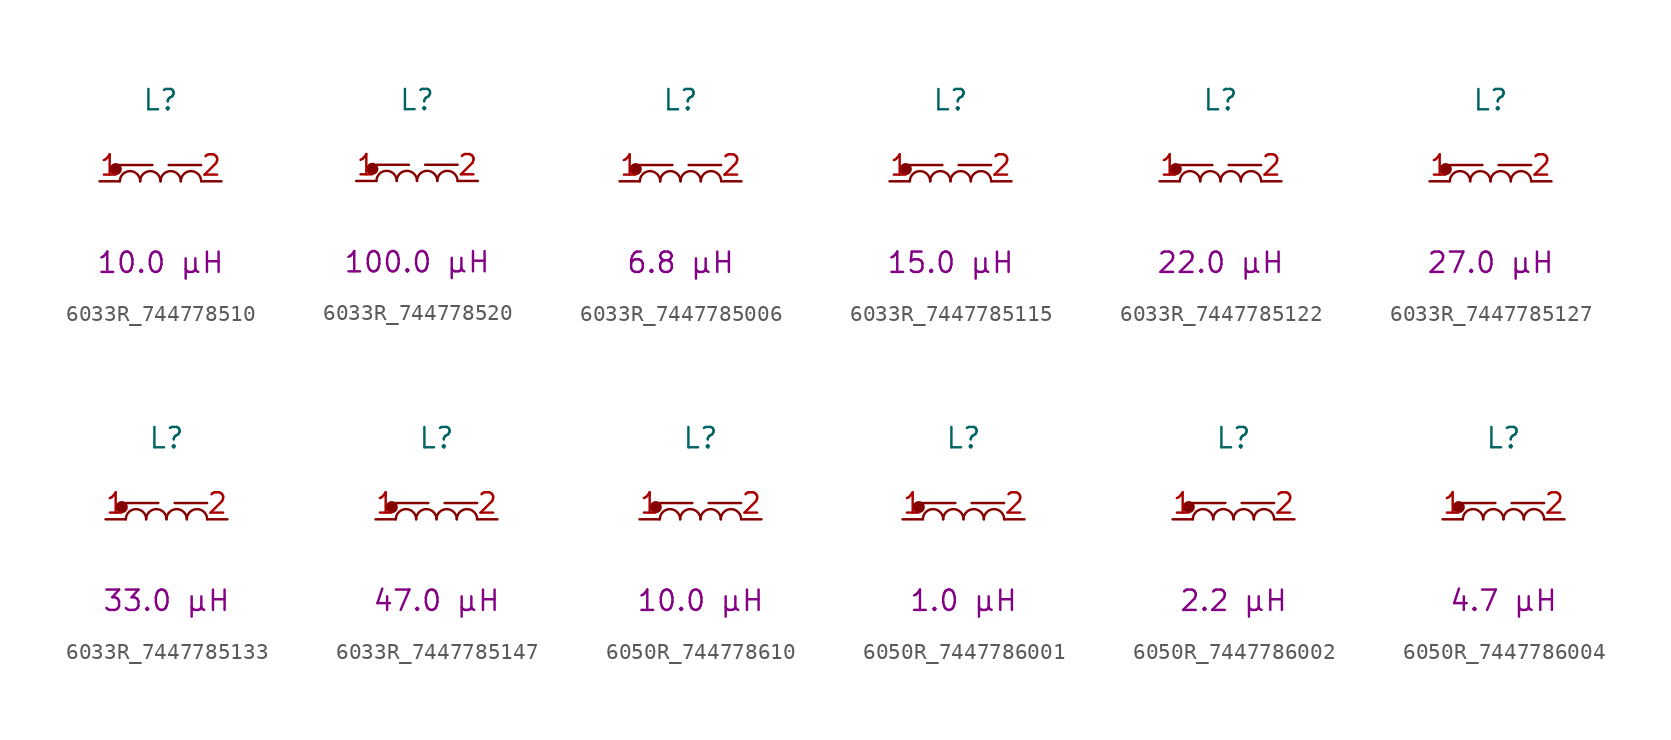
<source format=kicad_sym>
(kicad_symbol_lib
  (version 20220914)
  (generator kicad_symbol_editor)
  (symbol "6033R_744778510"
    (pin_names hide)
    (property "Reference" "L"
      (at 0 5.08 0)
      (effects (font (size 1.27 1.27))))
    (property "Critical Parameter" "10.0 µH"
      (at 0 -5.08 0)
      (effects (font (size 1.27 1.27))))
    (symbol "6033R_744778510_0_1"
      (arc (start -1.27 0) (mid -1.905 0.6323) (end -2.54 0) (stroke (width 0) (type default)) (fill (type none)))
      (arc (start 0 0) (mid -0.635 0.6323) (end -1.27 0) (stroke (width 0) (type default)) (fill (type none)))
      (polyline (pts (xy -2.54 1.016) (xy -0.508 1.016)) (stroke (width 0) (type default)) (fill (type none)))
      (arc (start 1.27 0) (mid 0.635 0.6323) (end 0 0) (stroke (width 0) (type default)) (fill (type none)))
      (arc (start 2.54 0) (mid 1.905 0.6323) (end 1.27 0) (stroke (width 0) (type default)) (fill (type none))))
    (symbol "6033R_744778510_1_1"
      (circle (center -2.794 0.762) (radius 0.0001) (stroke (width 0.381) (type default)) (fill (type none)))
      (polyline (pts (xy 2.54 1.016) (xy 0.508 1.016)) (stroke (width 0) (type default)) (fill (type none)))
      (pin passive line (at -3.81 0 0) (length 1.27) (name "1" (effects (font (size 1.27 1.27)))) (number "1" (effects (font (size 1.27 1.27)))))
      (pin passive line (at 3.81 0 180) (length 1.27) (name "2" (effects (font (size 1.27 1.27)))) (number "2" (effects (font (size 1.27 1.27)))))))
  (symbol "6033R_744778520"
    (pin_names hide)
    (property "Reference" "L"
      (at 0 5.08 0)
      (effects (font (size 1.27 1.27))))
    (property "Critical Parameter" "100.0 µH"
      (at 0 -5.08 0)
      (effects (font (size 1.27 1.27))))
    (symbol "6033R_744778520_0_1"
      (arc (start -1.27 0) (mid -1.905 0.6323) (end -2.54 0) (stroke (width 0) (type default)) (fill (type none)))
      (arc (start 0 0) (mid -0.635 0.6323) (end -1.27 0) (stroke (width 0) (type default)) (fill (type none)))
      (polyline (pts (xy -2.54 1.016) (xy -0.508 1.016)) (stroke (width 0) (type default)) (fill (type none)))
      (arc (start 1.27 0) (mid 0.635 0.6323) (end 0 0) (stroke (width 0) (type default)) (fill (type none)))
      (arc (start 2.54 0) (mid 1.905 0.6323) (end 1.27 0) (stroke (width 0) (type default)) (fill (type none))))
    (symbol "6033R_744778520_1_1"
      (circle (center -2.794 0.762) (radius 0.0001) (stroke (width 0.381) (type default)) (fill (type none)))
      (polyline (pts (xy 2.54 1.016) (xy 0.508 1.016)) (stroke (width 0) (type default)) (fill (type none)))
      (pin passive line (at -3.81 0 0) (length 1.27) (name "1" (effects (font (size 1.27 1.27)))) (number "1" (effects (font (size 1.27 1.27)))))
      (pin passive line (at 3.81 0 180) (length 1.27) (name "2" (effects (font (size 1.27 1.27)))) (number "2" (effects (font (size 1.27 1.27)))))))
  (symbol "6033R_7447785006"
    (pin_names hide)
    (property "Reference" "L"
      (at 0 5.08 0)
      (effects (font (size 1.27 1.27))))
    (property "Critical Parameter" "6.8 µH"
      (at 0 -5.08 0)
      (effects (font (size 1.27 1.27))))
    (symbol "6033R_7447785006_0_1"
      (arc (start -1.27 0) (mid -1.905 0.6323) (end -2.54 0) (stroke (width 0) (type default)) (fill (type none)))
      (arc (start 0 0) (mid -0.635 0.6323) (end -1.27 0) (stroke (width 0) (type default)) (fill (type none)))
      (polyline (pts (xy -2.54 1.016) (xy -0.508 1.016)) (stroke (width 0) (type default)) (fill (type none)))
      (arc (start 1.27 0) (mid 0.635 0.6323) (end 0 0) (stroke (width 0) (type default)) (fill (type none)))
      (arc (start 2.54 0) (mid 1.905 0.6323) (end 1.27 0) (stroke (width 0) (type default)) (fill (type none))))
    (symbol "6033R_7447785006_1_1"
      (circle (center -2.794 0.762) (radius 0.0001) (stroke (width 0.381) (type default)) (fill (type none)))
      (polyline (pts (xy 2.54 1.016) (xy 0.508 1.016)) (stroke (width 0) (type default)) (fill (type none)))
      (pin passive line (at -3.81 0 0) (length 1.27) (name "1" (effects (font (size 1.27 1.27)))) (number "1" (effects (font (size 1.27 1.27)))))
      (pin passive line (at 3.81 0 180) (length 1.27) (name "2" (effects (font (size 1.27 1.27)))) (number "2" (effects (font (size 1.27 1.27)))))))
  (symbol "6033R_7447785115"
    (pin_names hide)
    (property "Reference" "L"
      (at 0 5.08 0)
      (effects (font (size 1.27 1.27))))
    (property "Critical Parameter" "15.0 µH"
      (at 0 -5.08 0)
      (effects (font (size 1.27 1.27))))
    (symbol "6033R_7447785115_0_1"
      (arc (start -1.27 0) (mid -1.905 0.6323) (end -2.54 0) (stroke (width 0) (type default)) (fill (type none)))
      (arc (start 0 0) (mid -0.635 0.6323) (end -1.27 0) (stroke (width 0) (type default)) (fill (type none)))
      (polyline (pts (xy -2.54 1.016) (xy -0.508 1.016)) (stroke (width 0) (type default)) (fill (type none)))
      (arc (start 1.27 0) (mid 0.635 0.6323) (end 0 0) (stroke (width 0) (type default)) (fill (type none)))
      (arc (start 2.54 0) (mid 1.905 0.6323) (end 1.27 0) (stroke (width 0) (type default)) (fill (type none))))
    (symbol "6033R_7447785115_1_1"
      (circle (center -2.794 0.762) (radius 0.0001) (stroke (width 0.381) (type default)) (fill (type none)))
      (polyline (pts (xy 2.54 1.016) (xy 0.508 1.016)) (stroke (width 0) (type default)) (fill (type none)))
      (pin passive line (at -3.81 0 0) (length 1.27) (name "1" (effects (font (size 1.27 1.27)))) (number "1" (effects (font (size 1.27 1.27)))))
      (pin passive line (at 3.81 0 180) (length 1.27) (name "2" (effects (font (size 1.27 1.27)))) (number "2" (effects (font (size 1.27 1.27)))))))
  (symbol "6033R_7447785122"
    (pin_names hide)
    (property "Reference" "L"
      (at 0 5.08 0)
      (effects (font (size 1.27 1.27))))
    (property "Critical Parameter" "22.0 µH"
      (at 0 -5.08 0)
      (effects (font (size 1.27 1.27))))
    (symbol "6033R_7447785122_0_1"
      (arc (start -1.27 0) (mid -1.905 0.6323) (end -2.54 0) (stroke (width 0) (type default)) (fill (type none)))
      (arc (start 0 0) (mid -0.635 0.6323) (end -1.27 0) (stroke (width 0) (type default)) (fill (type none)))
      (polyline (pts (xy -2.54 1.016) (xy -0.508 1.016)) (stroke (width 0) (type default)) (fill (type none)))
      (arc (start 1.27 0) (mid 0.635 0.6323) (end 0 0) (stroke (width 0) (type default)) (fill (type none)))
      (arc (start 2.54 0) (mid 1.905 0.6323) (end 1.27 0) (stroke (width 0) (type default)) (fill (type none))))
    (symbol "6033R_7447785122_1_1"
      (circle (center -2.794 0.762) (radius 0.0001) (stroke (width 0.381) (type default)) (fill (type none)))
      (polyline (pts (xy 2.54 1.016) (xy 0.508 1.016)) (stroke (width 0) (type default)) (fill (type none)))
      (pin passive line (at -3.81 0 0) (length 1.27) (name "1" (effects (font (size 1.27 1.27)))) (number "1" (effects (font (size 1.27 1.27)))))
      (pin passive line (at 3.81 0 180) (length 1.27) (name "2" (effects (font (size 1.27 1.27)))) (number "2" (effects (font (size 1.27 1.27)))))))
  (symbol "6033R_7447785127"
    (pin_names hide)
    (property "Reference" "L"
      (at 0 5.08 0)
      (effects (font (size 1.27 1.27))))
    (property "Critical Parameter" "27.0 µH"
      (at 0 -5.08 0)
      (effects (font (size 1.27 1.27))))
    (symbol "6033R_7447785127_0_1"
      (arc (start -1.27 0) (mid -1.905 0.6323) (end -2.54 0) (stroke (width 0) (type default)) (fill (type none)))
      (arc (start 0 0) (mid -0.635 0.6323) (end -1.27 0) (stroke (width 0) (type default)) (fill (type none)))
      (polyline (pts (xy -2.54 1.016) (xy -0.508 1.016)) (stroke (width 0) (type default)) (fill (type none)))
      (arc (start 1.27 0) (mid 0.635 0.6323) (end 0 0) (stroke (width 0) (type default)) (fill (type none)))
      (arc (start 2.54 0) (mid 1.905 0.6323) (end 1.27 0) (stroke (width 0) (type default)) (fill (type none))))
    (symbol "6033R_7447785127_1_1"
      (circle (center -2.794 0.762) (radius 0.0001) (stroke (width 0.381) (type default)) (fill (type none)))
      (polyline (pts (xy 2.54 1.016) (xy 0.508 1.016)) (stroke (width 0) (type default)) (fill (type none)))
      (pin passive line (at -3.81 0 0) (length 1.27) (name "1" (effects (font (size 1.27 1.27)))) (number "1" (effects (font (size 1.27 1.27)))))
      (pin passive line (at 3.81 0 180) (length 1.27) (name "2" (effects (font (size 1.27 1.27)))) (number "2" (effects (font (size 1.27 1.27)))))))
  (symbol "6033R_7447785133"
    (pin_names hide)
    (property "Reference" "L"
      (at 0 5.08 0)
      (effects (font (size 1.27 1.27))))
    (property "Critical Parameter" "33.0 µH"
      (at 0 -5.08 0)
      (effects (font (size 1.27 1.27))))
    (symbol "6033R_7447785133_0_1"
      (arc (start -1.27 0) (mid -1.905 0.6323) (end -2.54 0) (stroke (width 0) (type default)) (fill (type none)))
      (arc (start 0 0) (mid -0.635 0.6323) (end -1.27 0) (stroke (width 0) (type default)) (fill (type none)))
      (polyline (pts (xy -2.54 1.016) (xy -0.508 1.016)) (stroke (width 0) (type default)) (fill (type none)))
      (arc (start 1.27 0) (mid 0.635 0.6323) (end 0 0) (stroke (width 0) (type default)) (fill (type none)))
      (arc (start 2.54 0) (mid 1.905 0.6323) (end 1.27 0) (stroke (width 0) (type default)) (fill (type none))))
    (symbol "6033R_7447785133_1_1"
      (circle (center -2.794 0.762) (radius 0.0001) (stroke (width 0.381) (type default)) (fill (type none)))
      (polyline (pts (xy 2.54 1.016) (xy 0.508 1.016)) (stroke (width 0) (type default)) (fill (type none)))
      (pin passive line (at -3.81 0 0) (length 1.27) (name "1" (effects (font (size 1.27 1.27)))) (number "1" (effects (font (size 1.27 1.27)))))
      (pin passive line (at 3.81 0 180) (length 1.27) (name "2" (effects (font (size 1.27 1.27)))) (number "2" (effects (font (size 1.27 1.27)))))))
  (symbol "6033R_7447785147"
    (pin_names hide)
    (property "Reference" "L"
      (at 0 5.08 0)
      (effects (font (size 1.27 1.27))))
    (property "Critical Parameter" "47.0 µH"
      (at 0 -5.08 0)
      (effects (font (size 1.27 1.27))))
    (symbol "6033R_7447785147_0_1"
      (arc (start -1.27 0) (mid -1.905 0.6323) (end -2.54 0) (stroke (width 0) (type default)) (fill (type none)))
      (arc (start 0 0) (mid -0.635 0.6323) (end -1.27 0) (stroke (width 0) (type default)) (fill (type none)))
      (polyline (pts (xy -2.54 1.016) (xy -0.508 1.016)) (stroke (width 0) (type default)) (fill (type none)))
      (arc (start 1.27 0) (mid 0.635 0.6323) (end 0 0) (stroke (width 0) (type default)) (fill (type none)))
      (arc (start 2.54 0) (mid 1.905 0.6323) (end 1.27 0) (stroke (width 0) (type default)) (fill (type none))))
    (symbol "6033R_7447785147_1_1"
      (circle (center -2.794 0.762) (radius 0.0001) (stroke (width 0.381) (type default)) (fill (type none)))
      (polyline (pts (xy 2.54 1.016) (xy 0.508 1.016)) (stroke (width 0) (type default)) (fill (type none)))
      (pin passive line (at -3.81 0 0) (length 1.27) (name "1" (effects (font (size 1.27 1.27)))) (number "1" (effects (font (size 1.27 1.27)))))
      (pin passive line (at 3.81 0 180) (length 1.27) (name "2" (effects (font (size 1.27 1.27)))) (number "2" (effects (font (size 1.27 1.27)))))))
  (symbol "6050R_744778610"
    (pin_names hide)
    (property "Reference" "L"
      (at 0 5.08 0)
      (effects (font (size 1.27 1.27))))
    (property "Critical Parameter" "10.0 µH"
      (at 0 -5.08 0)
      (effects (font (size 1.27 1.27))))
    (symbol "6050R_744778610_0_1"
      (arc (start -1.27 0) (mid -1.905 0.6323) (end -2.54 0) (stroke (width 0) (type default)) (fill (type none)))
      (arc (start 0 0) (mid -0.635 0.6323) (end -1.27 0) (stroke (width 0) (type default)) (fill (type none)))
      (polyline (pts (xy -2.54 1.016) (xy -0.508 1.016)) (stroke (width 0) (type default)) (fill (type none)))
      (arc (start 1.27 0) (mid 0.635 0.6323) (end 0 0) (stroke (width 0) (type default)) (fill (type none)))
      (arc (start 2.54 0) (mid 1.905 0.6323) (end 1.27 0) (stroke (width 0) (type default)) (fill (type none))))
    (symbol "6050R_744778610_1_1"
      (circle (center -2.794 0.762) (radius 0.0001) (stroke (width 0.381) (type default)) (fill (type none)))
      (polyline (pts (xy 2.54 1.016) (xy 0.508 1.016)) (stroke (width 0) (type default)) (fill (type none)))
      (pin passive line (at -3.81 0 0) (length 1.27) (name "1" (effects (font (size 1.27 1.27)))) (number "1" (effects (font (size 1.27 1.27)))))
      (pin passive line (at 3.81 0 180) (length 1.27) (name "2" (effects (font (size 1.27 1.27)))) (number "2" (effects (font (size 1.27 1.27)))))))
  (symbol "6050R_7447786001"
    (pin_names hide)
    (property "Reference" "L"
      (at 0 5.08 0)
      (effects (font (size 1.27 1.27))))
    (property "Critical Parameter" "1.0 µH"
      (at 0 -5.08 0)
      (effects (font (size 1.27 1.27))))
    (symbol "6050R_7447786001_0_1"
      (arc (start -1.27 0) (mid -1.905 0.6323) (end -2.54 0) (stroke (width 0) (type default)) (fill (type none)))
      (arc (start 0 0) (mid -0.635 0.6323) (end -1.27 0) (stroke (width 0) (type default)) (fill (type none)))
      (polyline (pts (xy -2.54 1.016) (xy -0.508 1.016)) (stroke (width 0) (type default)) (fill (type none)))
      (arc (start 1.27 0) (mid 0.635 0.6323) (end 0 0) (stroke (width 0) (type default)) (fill (type none)))
      (arc (start 2.54 0) (mid 1.905 0.6323) (end 1.27 0) (stroke (width 0) (type default)) (fill (type none))))
    (symbol "6050R_7447786001_1_1"
      (circle (center -2.794 0.762) (radius 0.0001) (stroke (width 0.381) (type default)) (fill (type none)))
      (polyline (pts (xy 2.54 1.016) (xy 0.508 1.016)) (stroke (width 0) (type default)) (fill (type none)))
      (pin passive line (at -3.81 0 0) (length 1.27) (name "1" (effects (font (size 1.27 1.27)))) (number "1" (effects (font (size 1.27 1.27)))))
      (pin passive line (at 3.81 0 180) (length 1.27) (name "2" (effects (font (size 1.27 1.27)))) (number "2" (effects (font (size 1.27 1.27)))))))
  (symbol "6050R_7447786002"
    (pin_names hide)
    (property "Reference" "L"
      (at 0 5.08 0)
      (effects (font (size 1.27 1.27))))
    (property "Critical Parameter" "2.2 µH"
      (at 0 -5.08 0)
      (effects (font (size 1.27 1.27))))
    (symbol "6050R_7447786002_0_1"
      (arc (start -1.27 0) (mid -1.905 0.6323) (end -2.54 0) (stroke (width 0) (type default)) (fill (type none)))
      (arc (start 0 0) (mid -0.635 0.6323) (end -1.27 0) (stroke (width 0) (type default)) (fill (type none)))
      (polyline (pts (xy -2.54 1.016) (xy -0.508 1.016)) (stroke (width 0) (type default)) (fill (type none)))
      (arc (start 1.27 0) (mid 0.635 0.6323) (end 0 0) (stroke (width 0) (type default)) (fill (type none)))
      (arc (start 2.54 0) (mid 1.905 0.6323) (end 1.27 0) (stroke (width 0) (type default)) (fill (type none))))
    (symbol "6050R_7447786002_1_1"
      (circle (center -2.794 0.762) (radius 0.0001) (stroke (width 0.381) (type default)) (fill (type none)))
      (polyline (pts (xy 2.54 1.016) (xy 0.508 1.016)) (stroke (width 0) (type default)) (fill (type none)))
      (pin passive line (at -3.81 0 0) (length 1.27) (name "1" (effects (font (size 1.27 1.27)))) (number "1" (effects (font (size 1.27 1.27)))))
      (pin passive line (at 3.81 0 180) (length 1.27) (name "2" (effects (font (size 1.27 1.27)))) (number "2" (effects (font (size 1.27 1.27)))))))
  (symbol "6050R_7447786004"
    (pin_names hide)
    (property "Reference" "L"
      (at 0 5.08 0)
      (effects (font (size 1.27 1.27))))
    (property "Critical Parameter" "4.7 µH"
      (at 0 -5.08 0)
      (effects (font (size 1.27 1.27))))
    (symbol "6050R_7447786004_0_1"
      (arc (start -1.27 0) (mid -1.905 0.6323) (end -2.54 0) (stroke (width 0) (type default)) (fill (type none)))
      (arc (start 0 0) (mid -0.635 0.6323) (end -1.27 0) (stroke (width 0) (type default)) (fill (type none)))
      (polyline (pts (xy -2.54 1.016) (xy -0.508 1.016)) (stroke (width 0) (type default)) (fill (type none)))
      (arc (start 1.27 0) (mid 0.635 0.6323) (end 0 0) (stroke (width 0) (type default)) (fill (type none)))
      (arc (start 2.54 0) (mid 1.905 0.6323) (end 1.27 0) (stroke (width 0) (type default)) (fill (type none))))
    (symbol "6050R_7447786004_1_1"
      (circle (center -2.794 0.762) (radius 0.0001) (stroke (width 0.381) (type default)) (fill (type none)))
      (polyline (pts (xy 2.54 1.016) (xy 0.508 1.016)) (stroke (width 0) (type default)) (fill (type none)))
      (pin passive line (at -3.81 0 0) (length 1.27) (name "1" (effects (font (size 1.27 1.27)))) (number "1" (effects (font (size 1.27 1.27)))))
      (pin passive line (at 3.81 0 180) (length 1.27) (name "2" (effects (font (size 1.27 1.27)))) (number "2" (effects (font (size 1.27 1.27))))))))
</source>
